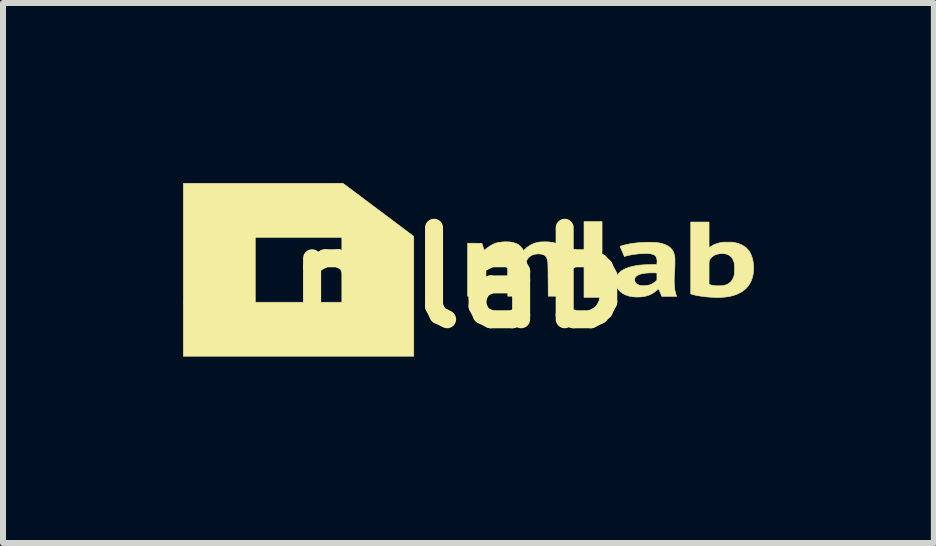
<source format=kicad_pcb>
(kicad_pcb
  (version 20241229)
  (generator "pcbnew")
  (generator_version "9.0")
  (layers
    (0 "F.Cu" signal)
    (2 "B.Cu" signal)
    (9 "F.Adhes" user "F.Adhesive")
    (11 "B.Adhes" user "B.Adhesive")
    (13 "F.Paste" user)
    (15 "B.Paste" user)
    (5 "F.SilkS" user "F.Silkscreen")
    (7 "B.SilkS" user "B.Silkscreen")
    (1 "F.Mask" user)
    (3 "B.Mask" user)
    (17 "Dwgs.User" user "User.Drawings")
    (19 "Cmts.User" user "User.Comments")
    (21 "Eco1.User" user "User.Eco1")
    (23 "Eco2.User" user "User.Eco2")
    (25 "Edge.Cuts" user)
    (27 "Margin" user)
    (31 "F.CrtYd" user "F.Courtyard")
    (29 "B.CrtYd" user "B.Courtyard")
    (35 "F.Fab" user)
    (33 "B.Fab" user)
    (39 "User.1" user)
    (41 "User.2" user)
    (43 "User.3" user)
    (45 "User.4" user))
  (footprint "mlab"
    (layer "F.Cu")
    (at 4.581 1.58)
    (property "Reference" "mlab" (at 0 0 0) (layer "F.SilkS") (effects (font (size 1.524 1.524) (thickness 0.3))))
    (attr through_hole)
    (fp_poly (pts (xy 2.4 0.324) (xy 2.1 0.324) (xy 2.1 -0.937) (xy 2.4 -0.937) (xy 2.4 0.324)) (stroke (width 0.01) (type solid)) (fill yes) (layer "F.SilkS"))
    (fp_poly (pts (xy -1.326 -1.133) (xy -0.737 -0.691) (xy -0.737 1.305) (xy -4.576 1.305) (xy -4.576 -0.676) (xy -3.378 -0.676) (xy -3.378 0.406) (xy -1.935 0.406) (xy -1.935 -0.676) (xy -3.378 -0.676) (xy -4.576 -0.676) (xy -4.576 -1.575) (xy -3.246 -1.575) (xy -1.916 -1.575) (xy -1.326 -1.133)) (stroke (width 0.01) (type solid)) (fill yes) (layer "F.SilkS"))
    (fp_poly (pts (xy 0.85 -0.599) (xy 0.883 -0.596) (xy 0.926 -0.587) (xy 0.964 -0.575) (xy 0.996 -0.56) (xy 1.024 -0.54) (xy 1.049 -0.516) (xy 1.073 -0.486) (xy 1.081 -0.474) (xy 1.095 -0.453) (xy 1.112 -0.472) (xy 1.144 -0.503) (xy 1.181 -0.53) (xy 1.221 -0.554) (xy 1.264 -0.573) (xy 1.307 -0.587) (xy 1.308 -0.587) (xy 1.336 -0.593) (xy 1.364 -0.597) (xy 1.394 -0.599) (xy 1.429 -0.6) (xy 1.45 -0.601) (xy 1.506 -0.599) (xy 1.555 -0.594) (xy 1.597 -0.586) (xy 1.635 -0.575) (xy 1.668 -0.56) (xy 1.693 -0.545) (xy 1.721 -0.521) (xy 1.745 -0.492) (xy 1.765 -0.457) (xy 1.781 -0.419) (xy 1.787 -0.399) (xy 1.79 -0.388) (xy 1.792 -0.378) (xy 1.794 -0.368) (xy 1.796 -0.357) (xy 1.798 -0.345) (xy 1.799 -0.332) (xy 1.801 -0.318) (xy 1.802 -0.301) (xy 1.803 -0.282) (xy 1.803 -0.26) (xy 1.804 -0.234) (xy 1.805 -0.205) (xy 1.805 -0.171) (xy 1.805 -0.133) (xy 1.806 -0.089) (xy 1.806 -0.04) (xy 1.806 -0.002) (xy 1.808 0.305) (xy 1.504 0.305) (xy 1.502 0.026) (xy 1.501 -0.023) (xy 1.501 -0.067) (xy 1.501 -0.105) (xy 1.5 -0.138) (xy 1.5 -0.167) (xy 1.499 -0.191) (xy 1.499 -0.212) (xy 1.498 -0.229) (xy 1.498 -0.243) (xy 1.497 -0.255) (xy 1.496 -0.265) (xy 1.495 -0.273) (xy 1.494 -0.28) (xy 1.493 -0.285) (xy 1.485 -0.315) (xy 1.475 -0.339) (xy 1.464 -0.357) (xy 1.458 -0.364) (xy 1.437 -0.379) (xy 1.411 -0.39) (xy 1.38 -0.397) (xy 1.345 -0.4) (xy 1.306 -0.398) (xy 1.29 -0.395) (xy 1.253 -0.386) (xy 1.22 -0.372) (xy 1.192 -0.352) (xy 1.167 -0.327) (xy 1.148 -0.297) (xy 1.144 -0.29) (xy 1.135 -0.27) (xy 1.135 0.305) (xy 0.83 0.305) (xy 0.829 0.013) (xy 0.828 -0.036) (xy 0.828 -0.08) (xy 0.828 -0.118) (xy 0.828 -0.151) (xy 0.827 -0.18) (xy 0.827 -0.204) (xy 0.827 -0.224) (xy 0.826 -0.241) (xy 0.826 -0.255) (xy 0.825 -0.266) (xy 0.824 -0.276) (xy 0.823 -0.283) (xy 0.822 -0.29) (xy 0.821 -0.295) (xy 0.82 -0.3) (xy 0.818 -0.305) (xy 0.818 -0.306) (xy 0.807 -0.333) (xy 0.795 -0.354) (xy 0.781 -0.37) (xy 0.763 -0.382) (xy 0.742 -0.391) (xy 0.737 -0.392) (xy 0.703 -0.398) (xy 0.667 -0.399) (xy 0.629 -0.396) (xy 0.594 -0.389) (xy 0.581 -0.385) (xy 0.558 -0.374) (xy 0.534 -0.359) (xy 0.511 -0.34) (xy 0.492 -0.319) (xy 0.484 -0.309) (xy 0.466 -0.283) (xy 0.466 0.305) (xy 0.161 0.305) (xy 0.161 -0.578) (xy 0.399 -0.576) (xy 0.417 -0.519) (xy 0.422 -0.501) (xy 0.428 -0.485) (xy 0.433 -0.473) (xy 0.436 -0.464) (xy 0.439 -0.461) (xy 0.443 -0.463) (xy 0.451 -0.469) (xy 0.462 -0.478) (xy 0.467 -0.482) (xy 0.498 -0.507) (xy 0.532 -0.531) (xy 0.569 -0.552) (xy 0.605 -0.569) (xy 0.641 -0.582) (xy 0.654 -0.586) (xy 0.688 -0.592) (xy 0.727 -0.597) (xy 0.769 -0.6) (xy 0.811 -0.601) (xy 0.85 -0.599)) (stroke (width 0.01) (type solid)) (fill yes) (layer "F.SilkS"))
    (fp_poly (pts (xy 4.183 -0.718) (xy 4.183 -0.681) (xy 4.183 -0.647) (xy 4.183 -0.616) (xy 4.183 -0.587) (xy 4.183 -0.561) (xy 4.184 -0.54) (xy 4.184 -0.523) (xy 4.184 -0.512) (xy 4.185 -0.506) (xy 4.185 -0.505) (xy 4.189 -0.507) (xy 4.198 -0.512) (xy 4.209 -0.52) (xy 4.213 -0.522) (xy 4.254 -0.547) (xy 4.301 -0.567) (xy 4.354 -0.583) (xy 4.375 -0.588) (xy 4.388 -0.591) (xy 4.4 -0.592) (xy 4.413 -0.594) (xy 4.428 -0.595) (xy 4.448 -0.595) (xy 4.473 -0.595) (xy 4.492 -0.595) (xy 4.524 -0.595) (xy 4.55 -0.595) (xy 4.57 -0.594) (xy 4.587 -0.592) (xy 4.6 -0.59) (xy 4.603 -0.59) (xy 4.657 -0.577) (xy 4.707 -0.559) (xy 4.751 -0.537) (xy 4.79 -0.511) (xy 4.824 -0.479) (xy 4.853 -0.443) (xy 4.876 -0.402) (xy 4.896 -0.356) (xy 4.91 -0.305) (xy 4.919 -0.257) (xy 4.921 -0.238) (xy 4.923 -0.215) (xy 4.924 -0.189) (xy 4.924 -0.161) (xy 4.924 -0.134) (xy 4.923 -0.108) (xy 4.921 -0.086) (xy 4.919 -0.07) (xy 4.907 -0.012) (xy 4.889 0.042) (xy 4.865 0.09) (xy 4.836 0.135) (xy 4.801 0.174) (xy 4.759 0.21) (xy 4.712 0.241) (xy 4.659 0.268) (xy 4.64 0.276) (xy 4.585 0.294) (xy 4.524 0.309) (xy 4.457 0.319) (xy 4.401 0.324) (xy 4.375 0.325) (xy 4.353 0.326) (xy 4.331 0.326) (xy 4.307 0.326) (xy 4.279 0.325) (xy 4.263 0.325) (xy 4.214 0.322) (xy 4.162 0.318) (xy 4.11 0.313) (xy 4.059 0.306) (xy 4.011 0.299) (xy 3.967 0.291) (xy 3.928 0.282) (xy 3.898 0.273) (xy 3.878 0.267) (xy 3.878 -0.158) (xy 4.183 -0.158) (xy 4.183 -0.122) (xy 4.183 -0.085) (xy 4.183 0.108) (xy 4.202 0.114) (xy 4.231 0.122) (xy 4.262 0.128) (xy 4.296 0.131) (xy 4.336 0.132) (xy 4.36 0.132) (xy 4.389 0.131) (xy 4.411 0.129) (xy 4.428 0.126) (xy 4.437 0.124) (xy 4.465 0.116) (xy 4.488 0.107) (xy 4.508 0.095) (xy 4.521 0.086) (xy 4.549 0.061) (xy 4.571 0.032) (xy 4.586 0.002) (xy 4.593 -0.015) (xy 4.598 -0.031) (xy 4.602 -0.046) (xy 4.604 -0.063) (xy 4.606 -0.081) (xy 4.607 -0.103) (xy 4.608 -0.129) (xy 4.608 -0.151) (xy 4.608 -0.177) (xy 4.607 -0.197) (xy 4.607 -0.213) (xy 4.606 -0.226) (xy 4.604 -0.238) (xy 4.602 -0.248) (xy 4.6 -0.258) (xy 4.599 -0.26) (xy 4.586 -0.295) (xy 4.571 -0.325) (xy 4.552 -0.349) (xy 4.53 -0.369) (xy 4.515 -0.378) (xy 4.489 -0.391) (xy 4.461 -0.399) (xy 4.429 -0.403) (xy 4.403 -0.404) (xy 4.359 -0.402) (xy 4.32 -0.395) (xy 4.287 -0.384) (xy 4.257 -0.368) (xy 4.231 -0.347) (xy 4.219 -0.334) (xy 4.212 -0.326) (xy 4.206 -0.319) (xy 4.2 -0.312) (xy 4.196 -0.306) (xy 4.192 -0.299) (xy 4.189 -0.291) (xy 4.187 -0.281) (xy 4.185 -0.269) (xy 4.184 -0.254) (xy 4.183 -0.236) (xy 4.183 -0.215) (xy 4.183 -0.189) (xy 4.183 -0.158) (xy 3.878 -0.158) (xy 3.878 -0.93) (xy 4.183 -0.93) (xy 4.183 -0.718)) (stroke (width 0.01) (type solid)) (fill yes) (layer "F.SilkS"))
    (fp_poly (pts (xy 3.254 -0.592) (xy 3.297 -0.59) (xy 3.336 -0.585) (xy 3.371 -0.579) (xy 3.403 -0.571) (xy 3.427 -0.564) (xy 3.47 -0.546) (xy 3.507 -0.526) (xy 3.538 -0.502) (xy 3.563 -0.475) (xy 3.584 -0.443) (xy 3.599 -0.406) (xy 3.611 -0.364) (xy 3.611 -0.362) (xy 3.613 -0.348) (xy 3.614 -0.329) (xy 3.615 -0.305) (xy 3.615 -0.277) (xy 3.615 -0.245) (xy 3.614 -0.212) (xy 3.613 -0.177) (xy 3.611 -0.14) (xy 3.609 -0.104) (xy 3.609 -0.103) (xy 3.605 -0.035) (xy 3.603 0.027) (xy 3.603 0.083) (xy 3.606 0.134) (xy 3.61 0.18) (xy 3.617 0.22) (xy 3.625 0.256) (xy 3.634 0.283) (xy 3.644 0.308) (xy 3.396 0.308) (xy 3.384 0.28) (xy 3.374 0.254) (xy 3.365 0.232) (xy 3.358 0.216) (xy 3.353 0.204) (xy 3.349 0.196) (xy 3.346 0.19) (xy 3.343 0.187) (xy 3.341 0.186) (xy 3.339 0.186) (xy 3.334 0.188) (xy 3.325 0.194) (xy 3.314 0.204) (xy 3.308 0.21) (xy 3.269 0.241) (xy 3.226 0.268) (xy 3.179 0.289) (xy 3.129 0.304) (xy 3.077 0.313) (xy 3.069 0.314) (xy 3.038 0.317) (xy 3.006 0.318) (xy 2.977 0.319) (xy 2.959 0.318) (xy 2.901 0.313) (xy 2.848 0.303) (xy 2.8 0.287) (xy 2.757 0.267) (xy 2.719 0.242) (xy 2.687 0.212) (xy 2.661 0.178) (xy 2.641 0.14) (xy 2.637 0.13) (xy 2.634 0.121) (xy 2.633 0.11) (xy 2.632 0.098) (xy 2.631 0.082) (xy 2.631 0.064) (xy 2.631 0.038) (xy 2.632 0.027) (xy 2.942 0.027) (xy 2.946 0.054) (xy 2.956 0.077) (xy 2.973 0.097) (xy 2.996 0.112) (xy 3.025 0.123) (xy 3.028 0.124) (xy 3.051 0.128) (xy 3.079 0.13) (xy 3.11 0.13) (xy 3.14 0.127) (xy 3.164 0.124) (xy 3.183 0.12) (xy 3.201 0.114) (xy 3.216 0.109) (xy 3.216 0.109) (xy 3.233 0.1) (xy 3.253 0.088) (xy 3.273 0.074) (xy 3.29 0.06) (xy 3.302 0.049) (xy 3.315 0.035) (xy 3.315 -0.082) (xy 3.271 -0.084) (xy 3.238 -0.084) (xy 3.2 -0.084) (xy 3.162 -0.082) (xy 3.124 -0.078) (xy 3.092 -0.074) (xy 3.083 -0.073) (xy 3.043 -0.064) (xy 3.008 -0.051) (xy 2.981 -0.036) (xy 2.96 -0.019) (xy 2.948 0.002) (xy 2.942 0.024) (xy 2.942 0.027) (xy 2.632 0.027) (xy 2.633 0.017) (xy 2.636 -0.001) (xy 2.641 -0.017) (xy 2.649 -0.032) (xy 2.659 -0.05) (xy 2.662 -0.056) (xy 2.687 -0.086) (xy 2.719 -0.113) (xy 2.758 -0.138) (xy 2.803 -0.159) (xy 2.856 -0.178) (xy 2.896 -0.189) (xy 2.938 -0.198) (xy 2.981 -0.206) (xy 3.025 -0.212) (xy 3.073 -0.216) (xy 3.125 -0.219) (xy 3.184 -0.22) (xy 3.209 -0.221) (xy 3.313 -0.222) (xy 3.316 -0.251) (xy 3.318 -0.28) (xy 3.315 -0.308) (xy 3.309 -0.333) (xy 3.299 -0.355) (xy 3.287 -0.37) (xy 3.273 -0.38) (xy 3.253 -0.389) (xy 3.228 -0.397) (xy 3.202 -0.403) (xy 3.194 -0.404) (xy 3.175 -0.405) (xy 3.149 -0.406) (xy 3.119 -0.406) (xy 3.087 -0.405) (xy 3.053 -0.404) (xy 3.021 -0.402) (xy 2.993 -0.399) (xy 2.985 -0.398) (xy 2.95 -0.394) (xy 2.913 -0.388) (xy 2.877 -0.382) (xy 2.844 -0.375) (xy 2.816 -0.369) (xy 2.805 -0.366) (xy 2.773 -0.356) (xy 2.741 -0.431) (xy 2.732 -0.453) (xy 2.723 -0.472) (xy 2.716 -0.489) (xy 2.71 -0.503) (xy 2.706 -0.512) (xy 2.705 -0.516) (xy 2.702 -0.522) (xy 2.701 -0.526) (xy 2.701 -0.526) (xy 2.705 -0.527) (xy 2.715 -0.531) (xy 2.73 -0.535) (xy 2.749 -0.54) (xy 2.769 -0.546) (xy 2.789 -0.551) (xy 2.808 -0.555) (xy 2.824 -0.559) (xy 2.828 -0.56) (xy 2.887 -0.571) (xy 2.943 -0.579) (xy 2.999 -0.585) (xy 3.058 -0.59) (xy 3.121 -0.592) (xy 3.148 -0.593) (xy 3.204 -0.593) (xy 3.254 -0.592)) (stroke (width 0.01) (type solid)) (fill yes) (layer "F.SilkS")))
  (gr_rect
    (start -3 -3)
    (end 12.51 5.998)
    (stroke (width 0.1) (type default))
    (fill no)
    (layer "Edge.Cuts")))
</source>
